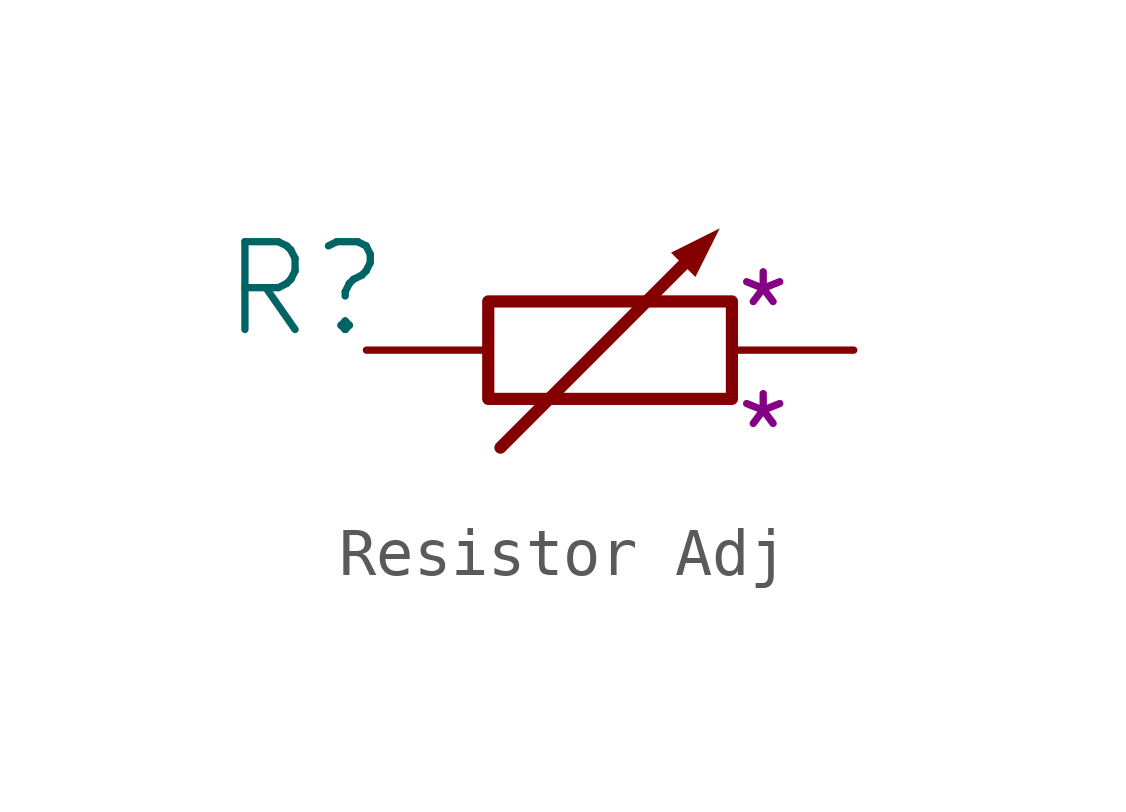
<source format=kicad_sym>
(kicad_symbol_lib
  (version 20231120)
  (generator "kicad_symbol_editor")
  (generator_version "8.0")
  (symbol "Resistor Adj"
    (property "Reference" "R"
      (at -1.27 1.27 0)
      (effects (font (size 1.829 1.829))))
    (property "Power" "*"
      (at 7.62 0 0)
      (effects (font (size 1.448 1.448)) (justify left bottom)))
    (property "Tolerance" "*"
      (at 7.62 -2.54 0)
      (effects (font (size 1.448 1.448)) (justify left bottom)))
    (symbol "Resistor Adj_1_0"
      (polyline (pts (xy 6.604 1.778) (xy 2.794 -2.032)) (stroke (width 0.254) (type solid)) (fill (type none)))
      (polyline (pts (xy 6.35 2.032) (xy 7.366 2.54) (xy 6.858 1.524) (xy 6.35 2.032)) (stroke (width -0.0001) (type solid)) (fill (type outline)))
      (rectangle (start 7.62 1.016) (end 2.54 -1.016) (stroke (width 0.254) (type solid)) (fill (type none)))
      (pin passive line (at 0 0 0) (length 2.54) (name "1" (effects (font (size 0 0)))) (number "1" (effects (font (size 0 0)))))
      (pin passive line (at 10.16 0 180) (length 2.54) (name "2" (effects (font (size 0 0)))) (number "2" (effects (font (size 0 0))))))))
</source>
